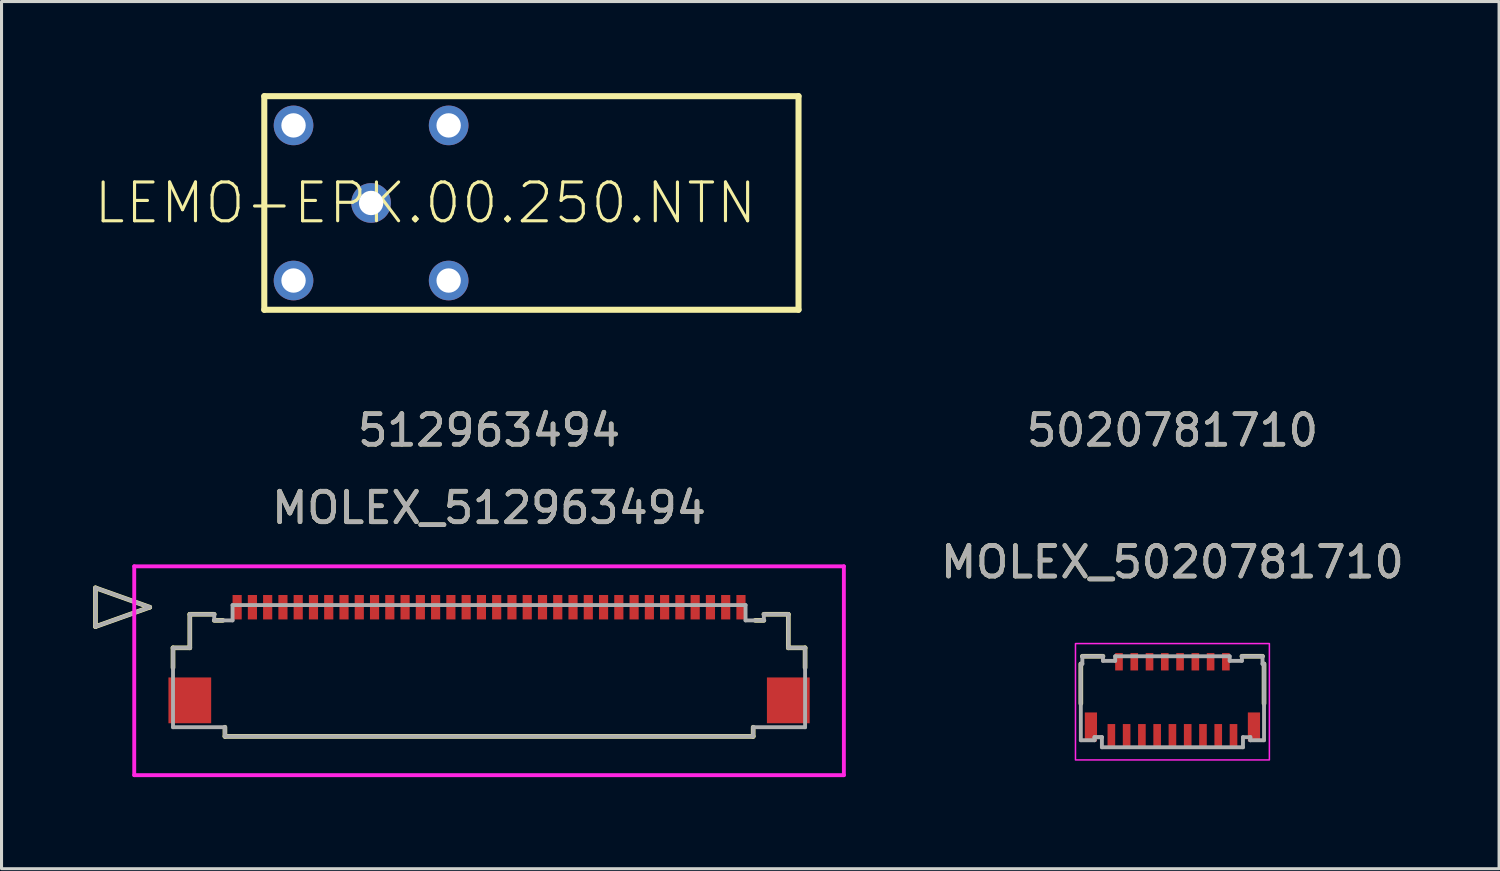
<source format=kicad_pcb>
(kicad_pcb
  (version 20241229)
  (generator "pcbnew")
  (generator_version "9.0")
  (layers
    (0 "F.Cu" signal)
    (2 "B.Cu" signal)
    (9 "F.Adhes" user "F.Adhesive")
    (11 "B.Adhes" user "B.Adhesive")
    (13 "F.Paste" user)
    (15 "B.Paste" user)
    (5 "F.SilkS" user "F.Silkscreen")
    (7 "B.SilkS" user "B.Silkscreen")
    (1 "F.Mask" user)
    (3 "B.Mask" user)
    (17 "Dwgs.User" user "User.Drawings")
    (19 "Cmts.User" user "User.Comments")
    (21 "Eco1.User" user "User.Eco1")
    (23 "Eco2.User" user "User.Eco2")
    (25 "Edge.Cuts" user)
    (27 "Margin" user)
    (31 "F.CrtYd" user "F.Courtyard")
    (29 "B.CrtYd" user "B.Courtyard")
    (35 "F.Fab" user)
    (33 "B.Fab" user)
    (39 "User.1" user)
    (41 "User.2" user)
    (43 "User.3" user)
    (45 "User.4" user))
  (footprint "MOLEX_512963494"
    (layer "F.Cu")
    (at 12.966 18.916)
    (property "Reference" "MOLEX_512963494" (at 0 -5.334 0) (unlocked yes) (layer "F.SilkS") (effects (font (size 1 1) (thickness 0.15))))
    (attr smd)
    (fp_line (start -12.89 -2.715) (end -11.112 -2.08) (stroke (width 0.152) (type solid)) (layer "F.SilkS"))
    (fp_line (start -12.89 -1.445) (end -12.89 -2.715) (stroke (width 0.152) (type solid)) (layer "F.SilkS"))
    (fp_line (start -11.112 -2.08) (end -12.89 -1.445) (stroke (width 0.152) (type solid)) (layer "F.SilkS"))
    (fp_line (start -10.35 -0.75) (end -9.8 -0.75) (stroke (width 0.152) (type solid)) (layer "F.SilkS"))
    (fp_line (start -10.35 -0.1) (end -10.35 -0.75) (stroke (width 0.152) (type solid)) (layer "F.SilkS"))
    (fp_line (start -9.8 -1.849) (end -9 -1.849) (stroke (width 0.152) (type solid)) (layer "F.SilkS"))
    (fp_line (start -9.8 -0.75) (end -9.8 -1.849) (stroke (width 0.152) (type solid)) (layer "F.SilkS"))
    (fp_line (start -9 -1.649) (end -8.718 -1.649) (stroke (width 0.152) (type solid)) (layer "F.SilkS"))
    (fp_line (start -8.65 2.15) (end -8.65 1.85) (stroke (width 0.152) (type solid)) (layer "F.SilkS"))
    (fp_line (start -8.65 2.15) (end 8.65 2.15) (stroke (width 0.152) (type solid)) (layer "F.SilkS"))
    (fp_line (start 8.65 2.15) (end 8.65 1.85) (stroke (width 0.152) (type solid)) (layer "F.SilkS"))
    (fp_line (start 9 -1.649) (end 8.718 -1.649) (stroke (width 0.152) (type solid)) (layer "F.SilkS"))
    (fp_line (start 9.8 -1.849) (end 9 -1.849) (stroke (width 0.152) (type solid)) (layer "F.SilkS"))
    (fp_line (start 9.8 -0.75) (end 9.8 -1.849) (stroke (width 0.152) (type solid)) (layer "F.SilkS"))
    (fp_line (start 10.35 -0.75) (end 9.8 -0.75) (stroke (width 0.152) (type solid)) (layer "F.SilkS"))
    (fp_line (start 10.35 -0.1) (end 10.35 -0.75) (stroke (width 0.152) (type solid)) (layer "F.SilkS"))
    (fp_line (start -11.62 -3.42) (end -11.62 3.42) (stroke (width 0.127) (type solid)) (layer "F.CrtYd"))
    (fp_line (start -11.62 3.42) (end 11.62 3.42) (stroke (width 0.127) (type solid)) (layer "F.CrtYd"))
    (fp_line (start 11.62 -3.42) (end -11.62 -3.42) (stroke (width 0.127) (type solid)) (layer "F.CrtYd"))
    (fp_line (start 11.62 3.42) (end 11.62 -3.42) (stroke (width 0.127) (type solid)) (layer "F.CrtYd"))
    (fp_line (start -12.89 -2.715) (end -11.112 -2.08) (stroke (width 0.127) (type solid)) (layer "F.Fab"))
    (fp_line (start -12.89 -1.445) (end -12.89 -2.715) (stroke (width 0.127) (type solid)) (layer "F.Fab"))
    (fp_line (start -11.112 -2.08) (end -12.89 -1.445) (stroke (width 0.127) (type solid)) (layer "F.Fab"))
    (fp_line (start -10.35 -0.75) (end -9.8 -0.75) (stroke (width 0.127) (type solid)) (layer "F.Fab"))
    (fp_line (start -10.35 1.85) (end -10.35 -0.75) (stroke (width 0.127) (type solid)) (layer "F.Fab"))
    (fp_line (start -9.8 -1.849) (end -9 -1.849) (stroke (width 0.127) (type solid)) (layer "F.Fab"))
    (fp_line (start -9.8 -0.75) (end -9.8 -1.849) (stroke (width 0.127) (type solid)) (layer "F.Fab"))
    (fp_line (start -9 -1.849) (end -9 -1.649) (stroke (width 0.127) (type solid)) (layer "F.Fab"))
    (fp_line (start -9 -1.649) (end -8.4 -1.649) (stroke (width 0.127) (type solid)) (layer "F.Fab"))
    (fp_line (start -8.65 1.85) (end -10.35 1.85) (stroke (width 0.127) (type solid)) (layer "F.Fab"))
    (fp_line (start -8.65 2.15) (end -8.65 1.85) (stroke (width 0.127) (type solid)) (layer "F.Fab"))
    (fp_line (start -8.65 2.15) (end 8.65 2.15) (stroke (width 0.127) (type solid)) (layer "F.Fab"))
    (fp_line (start -8.4 -2.15) (end 8.4 -2.15) (stroke (width 0.127) (type solid)) (layer "F.Fab"))
    (fp_line (start -8.4 -1.649) (end -8.4 -2.15) (stroke (width 0.127) (type solid)) (layer "F.Fab"))
    (fp_line (start 8.4 -1.649) (end 8.4 -2.15) (stroke (width 0.127) (type solid)) (layer "F.Fab"))
    (fp_line (start 8.65 1.85) (end 10.35 1.85) (stroke (width 0.127) (type solid)) (layer "F.Fab"))
    (fp_line (start 8.65 2.15) (end 8.65 1.85) (stroke (width 0.127) (type solid)) (layer "F.Fab"))
    (fp_line (start 9 -1.849) (end 9 -1.649) (stroke (width 0.127) (type solid)) (layer "F.Fab"))
    (fp_line (start 9 -1.649) (end 8.4 -1.649) (stroke (width 0.127) (type solid)) (layer "F.Fab"))
    (fp_line (start 9.8 -1.849) (end 9 -1.849) (stroke (width 0.127) (type solid)) (layer "F.Fab"))
    (fp_line (start 9.8 -0.75) (end 9.8 -1.849) (stroke (width 0.127) (type solid)) (layer "F.Fab"))
    (fp_line (start 10.35 -0.75) (end 9.8 -0.75) (stroke (width 0.127) (type solid)) (layer "F.Fab"))
    (fp_line (start 10.35 1.85) (end 10.35 -0.75) (stroke (width 0.127) (type solid)) (layer "F.Fab"))
    (fp_text user "512963494" (at 0 -7.874 0) (unlocked yes) (layer "F.SilkS") (effects (font (size 1 1) (thickness 0.15))))
    (fp_text user "512963494" (at 0 -7.874 0) (unlocked yes) (layer "F.Fab") (effects (font (size 1 1) (thickness 0.15))))
    (fp_text user "${REFERENCE}" (at 0 -5.334 0) (unlocked yes) (layer "F.Fab") (effects (font (size 1 1) (thickness 0.15))))
    (pad "1" smd rect (at -8.25 -2.08) (size 0.3 0.8) (layers "F.Cu" "F.Mask" "F.Paste"))
    (pad "2" smd rect (at -7.75 -2.08) (size 0.3 0.8) (layers "F.Cu" "F.Mask" "F.Paste"))
    (pad "3" smd rect (at -7.25 -2.08) (size 0.3 0.8) (layers "F.Cu" "F.Mask" "F.Paste"))
    (pad "4" smd rect (at -6.75 -2.08) (size 0.3 0.8) (layers "F.Cu" "F.Mask" "F.Paste"))
    (pad "5" smd rect (at -6.25 -2.08) (size 0.3 0.8) (layers "F.Cu" "F.Mask" "F.Paste"))
    (pad "6" smd rect (at -5.75 -2.08) (size 0.3 0.8) (layers "F.Cu" "F.Mask" "F.Paste"))
    (pad "7" smd rect (at -5.25 -2.08) (size 0.3 0.8) (layers "F.Cu" "F.Mask" "F.Paste"))
    (pad "8" smd rect (at -4.75 -2.08) (size 0.3 0.8) (layers "F.Cu" "F.Mask" "F.Paste"))
    (pad "9" smd rect (at -4.25 -2.08) (size 0.3 0.8) (layers "F.Cu" "F.Mask" "F.Paste"))
    (pad "10" smd rect (at -3.75 -2.08) (size 0.3 0.8) (layers "F.Cu" "F.Mask" "F.Paste"))
    (pad "11" smd rect (at -3.25 -2.08) (size 0.3 0.8) (layers "F.Cu" "F.Mask" "F.Paste"))
    (pad "12" smd rect (at -2.75 -2.08) (size 0.3 0.8) (layers "F.Cu" "F.Mask" "F.Paste"))
    (pad "13" smd rect (at -2.25 -2.08) (size 0.3 0.8) (layers "F.Cu" "F.Mask" "F.Paste"))
    (pad "14" smd rect (at -1.75 -2.08) (size 0.3 0.8) (layers "F.Cu" "F.Mask" "F.Paste"))
    (pad "15" smd rect (at -1.25 -2.08) (size 0.3 0.8) (layers "F.Cu" "F.Mask" "F.Paste"))
    (pad "16" smd rect (at -0.75 -2.08) (size 0.3 0.8) (layers "F.Cu" "F.Mask" "F.Paste"))
    (pad "17" smd rect (at -0.25 -2.08) (size 0.3 0.8) (layers "F.Cu" "F.Mask" "F.Paste"))
    (pad "18" smd rect (at 0.25 -2.08) (size 0.3 0.8) (layers "F.Cu" "F.Mask" "F.Paste"))
    (pad "19" smd rect (at 0.75 -2.08) (size 0.3 0.8) (layers "F.Cu" "F.Mask" "F.Paste"))
    (pad "20" smd rect (at 1.25 -2.08) (size 0.3 0.8) (layers "F.Cu" "F.Mask" "F.Paste"))
    (pad "21" smd rect (at 1.75 -2.08) (size 0.3 0.8) (layers "F.Cu" "F.Mask" "F.Paste"))
    (pad "22" smd rect (at 2.25 -2.08) (size 0.3 0.8) (layers "F.Cu" "F.Mask" "F.Paste"))
    (pad "23" smd rect (at 2.75 -2.08) (size 0.3 0.8) (layers "F.Cu" "F.Mask" "F.Paste"))
    (pad "24" smd rect (at 3.25 -2.08) (size 0.3 0.8) (layers "F.Cu" "F.Mask" "F.Paste"))
    (pad "25" smd rect (at 3.75 -2.08) (size 0.3 0.8) (layers "F.Cu" "F.Mask" "F.Paste"))
    (pad "26" smd rect (at 4.25 -2.08) (size 0.3 0.8) (layers "F.Cu" "F.Mask" "F.Paste"))
    (pad "27" smd rect (at 4.75 -2.08) (size 0.3 0.8) (layers "F.Cu" "F.Mask" "F.Paste"))
    (pad "28" smd rect (at 5.25 -2.08) (size 0.3 0.8) (layers "F.Cu" "F.Mask" "F.Paste"))
    (pad "29" smd rect (at 5.75 -2.08) (size 0.3 0.8) (layers "F.Cu" "F.Mask" "F.Paste"))
    (pad "30" smd rect (at 6.25 -2.08) (size 0.3 0.8) (layers "F.Cu" "F.Mask" "F.Paste"))
    (pad "31" smd rect (at 6.75 -2.08) (size 0.3 0.8) (layers "F.Cu" "F.Mask" "F.Paste"))
    (pad "32" smd rect (at 7.25 -2.08) (size 0.3 0.8) (layers "F.Cu" "F.Mask" "F.Paste"))
    (pad "33" smd rect (at 7.75 -2.08) (size 0.3 0.8) (layers "F.Cu" "F.Mask" "F.Paste"))
    (pad "34" smd rect (at 8.25 -2.08) (size 0.3 0.8) (layers "F.Cu" "F.Mask" "F.Paste"))
    (pad "MP" smd rect (at -9.8 0.97) (size 1.4 1.5) (layers "F.Cu" "F.Mask" "F.Paste"))
    (pad "MP" smd rect (at 9.8 0.97) (size 1.4 1.5) (layers "F.Cu" "F.Mask" "F.Paste")))
  (footprint "MOLEX_5020781710"
    (layer "F.Cu")
    (at 35.346 19.932)
    (property "Reference" "MOLEX_5020781710" (at 0 -4.572 0) (unlocked yes) (layer "F.SilkS") (effects (font (size 1 1) (thickness 0.15))))
    (attr smd)
    (fp_line (start -3 0.058) (end -3 -1.24) (stroke (width 0.152) (type solid)) (layer "F.SilkS"))
    (fp_line (start -2.95 -1.49) (end -2.275 -1.49) (stroke (width 0.152) (type solid)) (layer "F.SilkS"))
    (fp_line (start 2.275 -1.49) (end 2.95 -1.49) (stroke (width 0.152) (type solid)) (layer "F.SilkS"))
    (fp_line (start 3 -1.24) (end 3 0.058) (stroke (width 0.152) (type solid)) (layer "F.SilkS"))
    (fp_rect (start -3.175 -1.905) (end 3.175 1.905) (stroke (width 0.05) (type default)) (fill no) (layer "F.CrtYd"))
    (fp_line (start -3 -1.24) (end -2.95 -1.24) (stroke (width 0.127) (type solid)) (layer "F.Fab"))
    (fp_line (start -3 1.26) (end -3 -1.24) (stroke (width 0.127) (type solid)) (layer "F.Fab"))
    (fp_line (start -2.95 -1.49) (end -2.275 -1.49) (stroke (width 0.127) (type solid)) (layer "F.Fab"))
    (fp_line (start -2.95 -1.24) (end -2.95 -1.49) (stroke (width 0.127) (type solid)) (layer "F.Fab"))
    (fp_line (start -2.55 1.16) (end -2.55 1.26) (stroke (width 0.127) (type solid)) (layer "F.Fab"))
    (fp_line (start -2.55 1.26) (end -3 1.26) (stroke (width 0.127) (type solid)) (layer "F.Fab"))
    (fp_line (start -2.31 1.16) (end -2.55 1.16) (stroke (width 0.127) (type solid)) (layer "F.Fab"))
    (fp_line (start -2.31 1.16) (end -2.55 1.16) (stroke (width 0.127) (type solid)) (layer "F.Fab"))
    (fp_line (start -2.31 1.49) (end -2.31 1.16) (stroke (width 0.127) (type solid)) (layer "F.Fab"))
    (fp_line (start -2.275 -1.49) (end -2.275 -1.34) (stroke (width 0.127) (type solid)) (layer "F.Fab"))
    (fp_line (start -2.275 -1.34) (end -1.875 -1.34) (stroke (width 0.127) (type solid)) (layer "F.Fab"))
    (fp_line (start -1.875 -1.49) (end 1.875 -1.49) (stroke (width 0.127) (type solid)) (layer "F.Fab"))
    (fp_line (start -1.875 -1.34) (end -1.875 -1.49) (stroke (width 0.127) (type solid)) (layer "F.Fab"))
    (fp_line (start 1.875 -1.49) (end 1.875 -1.34) (stroke (width 0.127) (type solid)) (layer "F.Fab"))
    (fp_line (start 1.875 -1.34) (end 2.275 -1.34) (stroke (width 0.127) (type solid)) (layer "F.Fab"))
    (fp_line (start 2.275 -1.49) (end 2.95 -1.49) (stroke (width 0.127) (type solid)) (layer "F.Fab"))
    (fp_line (start 2.275 -1.34) (end 2.275 -1.49) (stroke (width 0.127) (type solid)) (layer "F.Fab"))
    (fp_line (start 2.31 1.16) (end 2.31 1.49) (stroke (width 0.127) (type solid)) (layer "F.Fab"))
    (fp_line (start 2.31 1.49) (end -2.31 1.49) (stroke (width 0.127) (type solid)) (layer "F.Fab"))
    (fp_line (start 2.55 1.16) (end 2.31 1.16) (stroke (width 0.127) (type solid)) (layer "F.Fab"))
    (fp_line (start 2.55 1.16) (end 2.55 1.16) (stroke (width 0.127) (type solid)) (layer "F.Fab"))
    (fp_line (start 2.55 1.26) (end 2.55 1.16) (stroke (width 0.127) (type solid)) (layer "F.Fab"))
    (fp_line (start 2.55 1.26) (end 2.55 1.26) (stroke (width 0.127) (type solid)) (layer "F.Fab"))
    (fp_line (start 2.95 -1.49) (end 2.95 -1.24) (stroke (width 0.127) (type solid)) (layer "F.Fab"))
    (fp_line (start 2.95 -1.24) (end 3 -1.24) (stroke (width 0.127) (type solid)) (layer "F.Fab"))
    (fp_line (start 3 -1.24) (end 3 1.26) (stroke (width 0.127) (type solid)) (layer "F.Fab"))
    (fp_line (start 3 1.26) (end 2.55 1.26) (stroke (width 0.127) (type solid)) (layer "F.Fab"))
    (fp_text user "5020781710" (at 0 -8.89 0) (unlocked yes) (layer "F.SilkS") (effects (font (size 1 1) (thickness 0.15))))
    (fp_text user "${REFERENCE}" (at 0 -4.572 0) (unlocked yes) (layer "F.Fab") (effects (font (size 1 1) (thickness 0.15))))
    (fp_text user "5020781710" (at 0 -8.89 0) (unlocked yes) (layer "F.Fab") (effects (font (size 1 1) (thickness 0.15))))
    (pad "1" smd rect (at -2 1.09) (size 0.25 0.72) (layers "F.Cu" "F.Mask" "F.Paste"))
    (pad "2" smd rect (at -1.75 -1.31) (size 0.25 0.57) (layers "F.Cu" "F.Mask" "F.Paste"))
    (pad "3" smd rect (at -1.5 1.09) (size 0.25 0.72) (layers "F.Cu" "F.Mask" "F.Paste"))
    (pad "4" smd rect (at -1.25 -1.31) (size 0.25 0.57) (layers "F.Cu" "F.Mask" "F.Paste"))
    (pad "5" smd rect (at -1 1.09) (size 0.25 0.72) (layers "F.Cu" "F.Mask" "F.Paste"))
    (pad "6" smd rect (at -0.75 -1.31) (size 0.25 0.57) (layers "F.Cu" "F.Mask" "F.Paste"))
    (pad "7" smd rect (at -0.5 1.09) (size 0.25 0.72) (layers "F.Cu" "F.Mask" "F.Paste"))
    (pad "8" smd rect (at -0.25 -1.31) (size 0.25 0.57) (layers "F.Cu" "F.Mask" "F.Paste"))
    (pad "9" smd rect (at 0.000006 1.09) (size 0.25 0.72) (layers "F.Cu" "F.Mask" "F.Paste"))
    (pad "10" smd rect (at 0.25 -1.31) (size 0.25 0.57) (layers "F.Cu" "F.Mask" "F.Paste"))
    (pad "11" smd rect (at 0.5 1.09) (size 0.25 0.72) (layers "F.Cu" "F.Mask" "F.Paste"))
    (pad "12" smd rect (at 0.75 -1.31) (size 0.25 0.57) (layers "F.Cu" "F.Mask" "F.Paste"))
    (pad "13" smd rect (at 1 1.09) (size 0.25 0.72) (layers "F.Cu" "F.Mask" "F.Paste"))
    (pad "14" smd rect (at 1.25 -1.31) (size 0.25 0.57) (layers "F.Cu" "F.Mask" "F.Paste"))
    (pad "15" smd rect (at 1.5 1.09) (size 0.25 0.72) (layers "F.Cu" "F.Mask" "F.Paste"))
    (pad "16" smd rect (at 1.75 -1.31) (size 0.25 0.57) (layers "F.Cu" "F.Mask" "F.Paste"))
    (pad "17" smd rect (at 2 1.09) (size 0.25 0.72) (layers "F.Cu" "F.Mask" "F.Paste"))
    (pad "P1" smd rect (at -2.67 0.825) (size 0.4 0.95) (layers "F.Cu" "F.Mask" "F.Paste"))
    (pad "P2" smd rect (at 2.67 0.825) (size 0.4 0.95) (layers "F.Cu" "F.Mask" "F.Paste")))
  (footprint "LEMO-EPK.00.250.NTN"
    (layer "F.Cu")
    (at 9.103 3.597)
    (property "Reference" "LEMO-EPK.00.250.NTN" (at 1.778 0 0) (layer "F.SilkS") (effects (font (size 1.27 1.27) (thickness 0.102))))
    (attr exclude_from_pos_files exclude_from_bom)
    (fp_line (start -3.498 -3.498) (end -3.498 3.498) (stroke (width 0.198) (type solid)) (layer "F.SilkS"))
    (fp_line (start -3.498 -3.498) (end 13.998 -3.498) (stroke (width 0.198) (type solid)) (layer "F.SilkS"))
    (fp_line (start -3.498 3.498) (end 13.998 3.498) (stroke (width 0.198) (type solid)) (layer "F.SilkS"))
    (fp_line (start 13.998 -3.498) (end 13.998 3.498) (stroke (width 0.198) (type solid)) (layer "F.SilkS"))
    (pad "1" thru_hole circle (at 0 0) (size 1.298 1.298) (drill 0.798) (layers "*.Cu" "*.Paste" "*.Mask"))
    (pad "2" thru_hole circle (at -2.54 -2.54) (size 1.298 1.298) (drill 0.798) (layers "*.Cu" "*.Paste" "*.Mask"))
    (pad "2" thru_hole circle (at -2.54 2.54) (size 1.298 1.298) (drill 0.798) (layers "*.Cu" "*.Paste" "*.Mask"))
    (pad "2" thru_hole circle (at 2.54 -2.54) (size 1.298 1.298) (drill 0.798) (layers "*.Cu" "*.Paste" "*.Mask"))
    (pad "2" thru_hole circle (at 2.54 2.54) (size 1.298 1.298) (drill 0.798) (layers "*.Cu" "*.Paste" "*.Mask")))
  (gr_rect
    (start -3 -3)
    (end 46.043 25.399)
    (stroke (width 0.1) (type default))
    (fill no)
    (layer "Edge.Cuts")))
</source>
